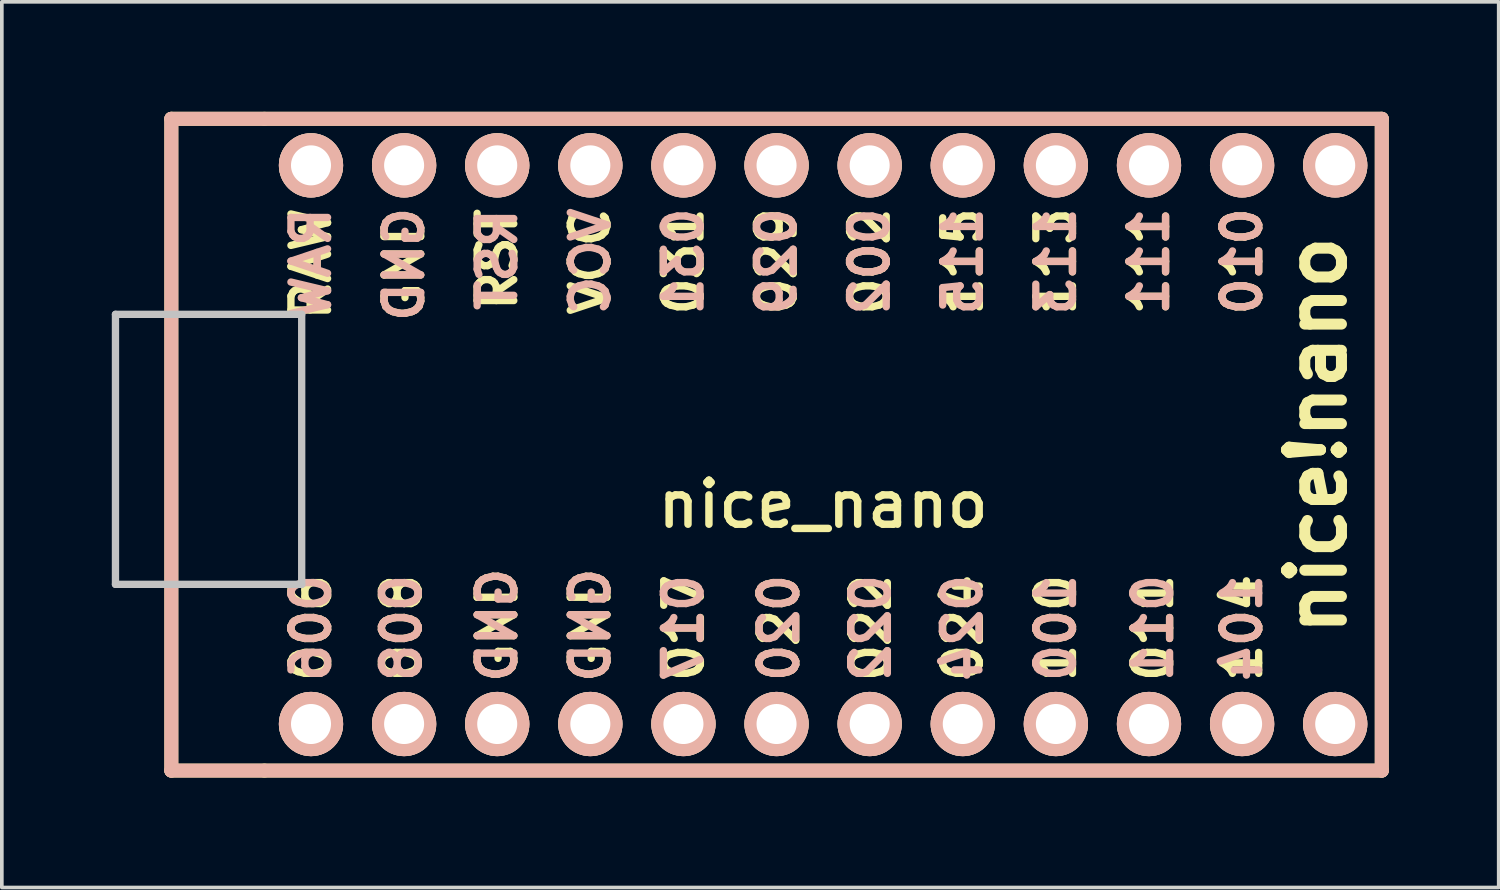
<source format=kicad_pcb>
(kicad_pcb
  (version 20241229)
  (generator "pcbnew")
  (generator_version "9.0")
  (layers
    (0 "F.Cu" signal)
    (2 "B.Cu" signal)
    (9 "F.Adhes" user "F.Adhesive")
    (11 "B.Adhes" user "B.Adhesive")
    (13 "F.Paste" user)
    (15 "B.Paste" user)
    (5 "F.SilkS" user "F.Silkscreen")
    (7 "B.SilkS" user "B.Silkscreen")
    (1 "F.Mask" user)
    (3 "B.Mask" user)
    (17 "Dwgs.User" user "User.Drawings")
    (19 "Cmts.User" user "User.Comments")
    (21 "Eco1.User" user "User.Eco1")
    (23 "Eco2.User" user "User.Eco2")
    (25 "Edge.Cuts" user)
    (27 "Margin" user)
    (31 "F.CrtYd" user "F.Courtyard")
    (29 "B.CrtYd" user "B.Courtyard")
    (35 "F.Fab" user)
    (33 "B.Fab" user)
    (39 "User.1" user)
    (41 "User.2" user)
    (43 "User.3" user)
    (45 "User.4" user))
  (footprint "nice_nano"
    (layer "F.Cu")
    (at 19.404 9.081)
    (property "Reference" "nice_nano" (at 0 1.625 0) (layer "F.SilkS") (effects (font (size 1.2 1.2) (thickness 0.203))))
    (attr through_hole)
    (fp_line (start -17.78 -8.89) (end -17.78 8.89) (stroke (width 0.381) (type solid)) (layer "F.SilkS"))
    (fp_line (start -17.78 8.89) (end -15.24 8.89) (stroke (width 0.381) (type solid)) (layer "F.SilkS"))
    (fp_line (start -15.24 -8.89) (end -17.78 -8.89) (stroke (width 0.381) (type solid)) (layer "F.SilkS"))
    (fp_line (start -15.24 8.89) (end 15.24 8.89) (stroke (width 0.381) (type solid)) (layer "F.SilkS"))
    (fp_line (start 15.24 -8.89) (end -15.24 -8.89) (stroke (width 0.381) (type solid)) (layer "F.SilkS"))
    (fp_line (start 15.24 8.89) (end 15.24 -8.89) (stroke (width 0.381) (type solid)) (layer "F.SilkS"))
    (fp_line (start -17.78 -8.89) (end -17.78 8.89) (stroke (width 0.381) (type solid)) (layer "B.SilkS"))
    (fp_line (start -17.78 8.89) (end 15.24 8.89) (stroke (width 0.381) (type solid)) (layer "B.SilkS"))
    (fp_line (start 15.24 -8.89) (end -17.78 -8.89) (stroke (width 0.381) (type solid)) (layer "B.SilkS"))
    (fp_line (start 15.24 8.89) (end 15.24 -8.89) (stroke (width 0.381) (type solid)) (layer "B.SilkS"))
    (fp_line (start -19.304 -3.556) (end -14.224 -3.556) (stroke (width 0.2) (type solid)) (layer "Dwgs.User"))
    (fp_line (start -19.304 3.81) (end -19.304 -3.556) (stroke (width 0.2) (type solid)) (layer "Dwgs.User"))
    (fp_line (start -14.224 -3.556) (end -14.224 3.81) (stroke (width 0.2) (type solid)) (layer "Dwgs.User"))
    (fp_line (start -14.224 3.81) (end -19.304 3.81) (stroke (width 0.2) (type solid)) (layer "Dwgs.User"))
    (fp_text user "006" (at -13.97 5 90) (layer "F.SilkS") (effects (font (size 1 1) (thickness 0.2))))
    (fp_text user "RST" (at -8.89 -5.051 90) (layer "F.SilkS") (effects (font (size 1 1) (thickness 0.2))))
    (fp_text user "100" (at 6.35 5 90) (layer "F.SilkS") (effects (font (size 1 1) (thickness 0.2))))
    (fp_text user "010" (at 11.43 -5 90) (layer "F.SilkS") (effects (font (size 1 1) (thickness 0.2))))
    (fp_text user "017" (at -3.8 5 90) (layer "F.SilkS") (effects (font (size 1 1) (thickness 0.2))))
    (fp_text user "GND" (at -8.89 4.924 90) (layer "F.SilkS") (effects (font (size 1 1) (thickness 0.2))))
    (fp_text user "022" (at 1.3 5 90) (layer "F.SilkS") (effects (font (size 1 1) (thickness 0.2))))
    (fp_text user "029" (at -1.27 -5 90) (layer "F.SilkS") (effects (font (size 1 1) (thickness 0.2))))
    (fp_text user "024" (at 3.81 5 90) (layer "F.SilkS") (effects (font (size 1 1) (thickness 0.2))))
    (fp_text user "VCC" (at -6.35 -5 90) (layer "F.SilkS") (effects (font (size 1 1) (thickness 0.2))))
    (fp_text user "nice!nano" (at 13.462 -0.254 90) (layer "F.SilkS") (effects (font (size 1.5 1.5) (thickness 0.3))))
    (fp_text user "GND" (at -11.43 -4.917 90) (layer "F.SilkS") (effects (font (size 1 1) (thickness 0.2))))
    (fp_text user "008" (at -11.5 5 90) (layer "F.SilkS") (effects (font (size 1 1) (thickness 0.2))))
    (fp_text user "115" (at 3.81 -5 90) (layer "F.SilkS") (effects (font (size 1 1) (thickness 0.2))))
    (fp_text user "002" (at 1.27 -5 90) (layer "F.SilkS") (effects (font (size 1 1) (thickness 0.2))))
    (fp_text user "011" (at 9 5 90) (layer "F.SilkS") (effects (font (size 1 1) (thickness 0.2))))
    (fp_text user "111" (at 8.89 -5 90) (layer "F.SilkS") (effects (font (size 1 1) (thickness 0.2))))
    (fp_text user "104" (at 11.43 5 90) (layer "F.SilkS") (effects (font (size 1 1) (thickness 0.2))))
    (fp_text user "031" (at -3.81 -5 90) (layer "F.SilkS") (effects (font (size 1 1) (thickness 0.2))))
    (fp_text user "020" (at -1.2 5 90) (layer "F.SilkS") (effects (font (size 1 1) (thickness 0.2))))
    (fp_text user "RAW" (at -13.97 -4.937 90) (layer "F.SilkS") (effects (font (size 1 1) (thickness 0.2))))
    (fp_text user "GND" (at -6.35 4.924 90) (layer "F.SilkS") (effects (font (size 1 1) (thickness 0.2))))
    (fp_text user "113" (at 6.35 -5 90) (layer "F.SilkS") (effects (font (size 1 1) (thickness 0.2))))
    (fp_text user "002" (at 1.27 -5 90) (layer "B.SilkS") (effects (font (size 1 1) (thickness 0.2)) (justify mirror)))
    (fp_text user "008" (at -11.5 5 90) (layer "B.SilkS") (effects (font (size 1 1) (thickness 0.2)) (justify mirror)))
    (fp_text user "RST" (at -8.89 -5.051 90) (layer "B.SilkS") (effects (font (size 1 1) (thickness 0.2)) (justify mirror)))
    (fp_text user "113" (at 6.35 -5 90) (layer "B.SilkS") (effects (font (size 1 1) (thickness 0.2)) (justify mirror)))
    (fp_text user "020" (at -1.2 5 90) (layer "B.SilkS") (effects (font (size 1 1) (thickness 0.2)) (justify mirror)))
    (fp_text user "GND" (at -11.43 -4.917 90) (layer "B.SilkS") (effects (font (size 1 1) (thickness 0.2)) (justify mirror)))
    (fp_text user "022" (at 1.3 5 90) (layer "B.SilkS") (effects (font (size 1 1) (thickness 0.2)) (justify mirror)))
    (fp_text user "024" (at 3.8 5 90) (layer "B.SilkS") (effects (font (size 1 1) (thickness 0.2)) (justify mirror)))
    (fp_text user "031" (at -3.81 -5 90) (layer "B.SilkS") (effects (font (size 1 1) (thickness 0.2)) (justify mirror)))
    (fp_text user "GND" (at -6.35 4.924 90) (layer "B.SilkS") (effects (font (size 1 1) (thickness 0.2)) (justify mirror)))
    (fp_text user "GND" (at -8.89 4.924 90) (layer "B.SilkS") (effects (font (size 1 1) (thickness 0.2)) (justify mirror)))
    (fp_text user "VCC" (at -6.35 -5 90) (layer "B.SilkS") (effects (font (size 1 1) (thickness 0.2)) (justify mirror)))
    (fp_text user "115" (at 3.81 -5 90) (layer "B.SilkS") (effects (font (size 1 1) (thickness 0.2)) (justify mirror)))
    (fp_text user "029" (at -1.27 -5 90) (layer "B.SilkS") (effects (font (size 1 1) (thickness 0.2)) (justify mirror)))
    (fp_text user "111" (at 8.89 -5 90) (layer "B.SilkS") (effects (font (size 1 1) (thickness 0.2)) (justify mirror)))
    (fp_text user "017" (at -3.81 5 90) (layer "B.SilkS") (effects (font (size 1 1) (thickness 0.2)) (justify mirror)))
    (fp_text user "010" (at 11.43 -5 90) (layer "B.SilkS") (effects (font (size 1 1) (thickness 0.2)) (justify mirror)))
    (fp_text user "100" (at 6.35 5 90) (layer "B.SilkS") (effects (font (size 1 1) (thickness 0.2)) (justify mirror)))
    (fp_text user "RAW" (at -13.97 -4.937 90) (layer "B.SilkS") (effects (font (size 1 1) (thickness 0.2)) (justify mirror)))
    (fp_text user "104" (at 11.43 5 90) (layer "B.SilkS") (effects (font (size 1 1) (thickness 0.2)) (justify mirror)))
    (fp_text user "011" (at 9 5 90) (layer "B.SilkS") (effects (font (size 1 1) (thickness 0.2)) (justify mirror)))
    (fp_text user "006" (at -13.97 5 90) (layer "B.SilkS") (effects (font (size 1 1) (thickness 0.2)) (justify mirror)))
    (pad "1" thru_hole circle (at -13.97 7.62) (size 1.753 1.753) (drill 1.092) (layers "*.Cu" "*.SilkS" "*.Mask"))
    (pad "2" thru_hole circle (at -11.43 7.62) (size 1.753 1.753) (drill 1.092) (layers "*.Cu" "*.SilkS" "*.Mask"))
    (pad "3" thru_hole circle (at -8.89 7.62) (size 1.753 1.753) (drill 1.092) (layers "*.Cu" "*.SilkS" "*.Mask"))
    (pad "4" thru_hole circle (at -6.35 7.62) (size 1.753 1.753) (drill 1.092) (layers "*.Cu" "*.SilkS" "*.Mask"))
    (pad "5" thru_hole circle (at -3.81 7.62) (size 1.753 1.753) (drill 1.092) (layers "*.Cu" "*.SilkS" "*.Mask"))
    (pad "6" thru_hole circle (at -1.27 7.62) (size 1.753 1.753) (drill 1.092) (layers "*.Cu" "*.SilkS" "*.Mask"))
    (pad "7" thru_hole circle (at 1.27 7.62) (size 1.753 1.753) (drill 1.092) (layers "*.Cu" "*.SilkS" "*.Mask"))
    (pad "8" thru_hole circle (at 3.81 7.62) (size 1.753 1.753) (drill 1.092) (layers "*.Cu" "*.SilkS" "*.Mask"))
    (pad "9" thru_hole circle (at 6.35 7.62) (size 1.753 1.753) (drill 1.092) (layers "*.Cu" "*.SilkS" "*.Mask"))
    (pad "10" thru_hole circle (at 8.89 7.62) (size 1.753 1.753) (drill 1.092) (layers "*.Cu" "*.SilkS" "*.Mask"))
    (pad "11" thru_hole circle (at 11.43 7.62) (size 1.753 1.753) (drill 1.092) (layers "*.Cu" "*.SilkS" "*.Mask"))
    (pad "12" thru_hole circle (at 13.97 7.62) (size 1.753 1.753) (drill 1.092) (layers "*.Cu" "*.SilkS" "*.Mask"))
    (pad "13" thru_hole circle (at 13.97 -7.62) (size 1.753 1.753) (drill 1.092) (layers "*.Cu" "*.SilkS" "*.Mask"))
    (pad "14" thru_hole circle (at 11.43 -7.62) (size 1.753 1.753) (drill 1.092) (layers "*.Cu" "*.SilkS" "*.Mask"))
    (pad "15" thru_hole circle (at 8.89 -7.62) (size 1.753 1.753) (drill 1.092) (layers "*.Cu" "*.SilkS" "*.Mask"))
    (pad "16" thru_hole circle (at 6.35 -7.62) (size 1.753 1.753) (drill 1.092) (layers "*.Cu" "*.SilkS" "*.Mask"))
    (pad "17" thru_hole circle (at 3.81 -7.62) (size 1.753 1.753) (drill 1.092) (layers "*.Cu" "*.SilkS" "*.Mask"))
    (pad "18" thru_hole circle (at 1.27 -7.62) (size 1.753 1.753) (drill 1.092) (layers "*.Cu" "*.SilkS" "*.Mask"))
    (pad "19" thru_hole circle (at -1.27 -7.62) (size 1.753 1.753) (drill 1.092) (layers "*.Cu" "*.SilkS" "*.Mask"))
    (pad "20" thru_hole circle (at -3.81 -7.62) (size 1.753 1.753) (drill 1.092) (layers "*.Cu" "*.SilkS" "*.Mask"))
    (pad "21" thru_hole circle (at -6.35 -7.62) (size 1.753 1.753) (drill 1.092) (layers "*.Cu" "*.SilkS" "*.Mask"))
    (pad "22" thru_hole circle (at -8.89 -7.62) (size 1.753 1.753) (drill 1.092) (layers "*.Cu" "*.SilkS" "*.Mask"))
    (pad "23" thru_hole circle (at -11.43 -7.62) (size 1.753 1.753) (drill 1.092) (layers "*.Cu" "*.SilkS" "*.Mask"))
    (pad "24" thru_hole circle (at -13.97 -7.62) (size 1.753 1.753) (drill 1.092) (layers "*.Cu" "*.SilkS" "*.Mask")))
  (gr_rect
    (start -3 -3)
    (end 37.834 21.161)
    (stroke (width 0.1) (type default))
    (fill no)
    (layer "Edge.Cuts")))
</source>
